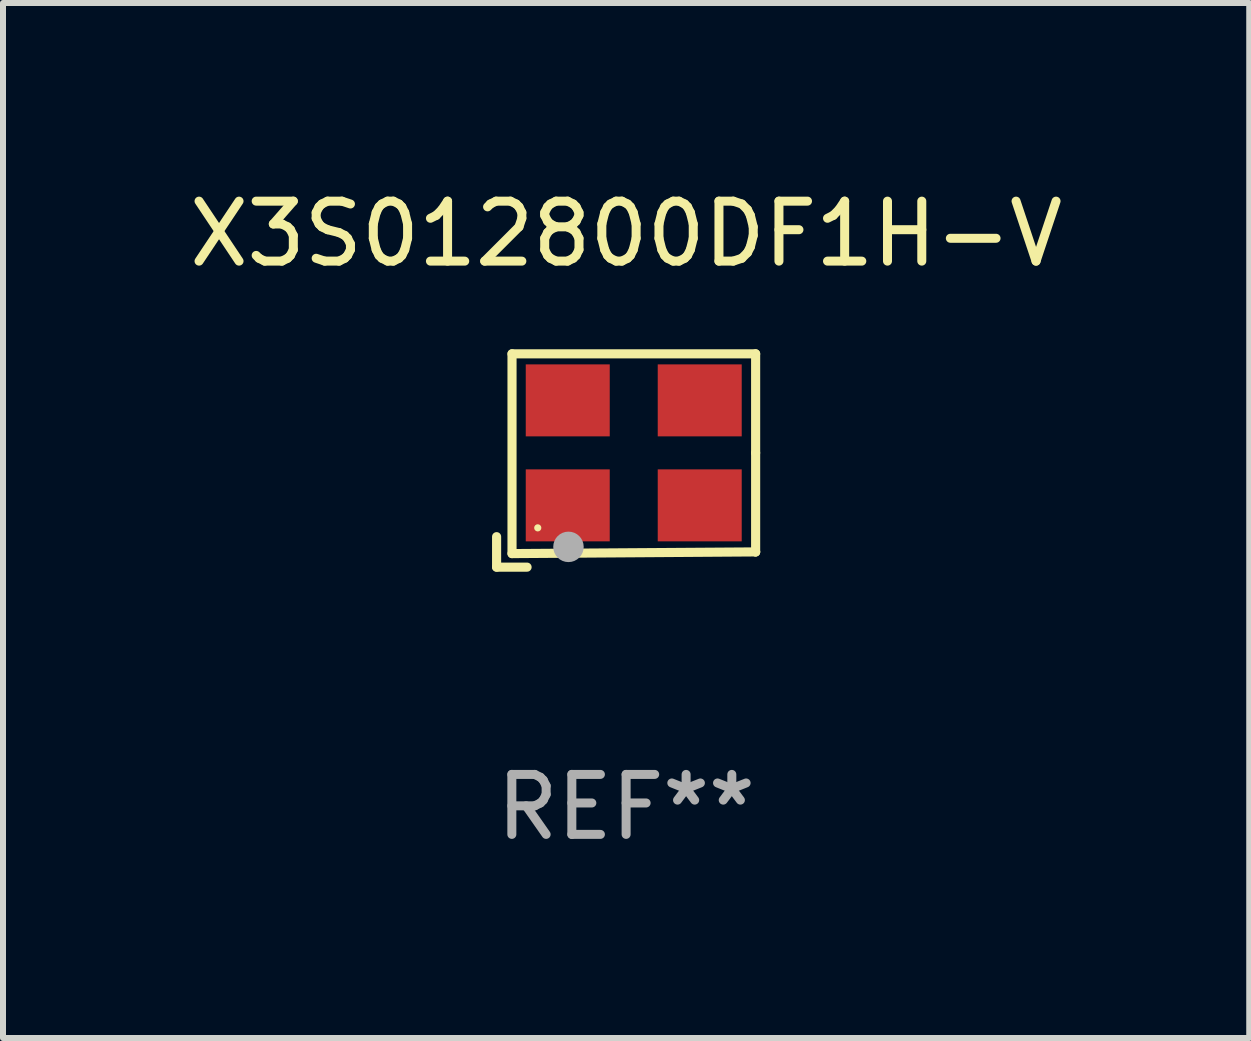
<source format=kicad_pcb>
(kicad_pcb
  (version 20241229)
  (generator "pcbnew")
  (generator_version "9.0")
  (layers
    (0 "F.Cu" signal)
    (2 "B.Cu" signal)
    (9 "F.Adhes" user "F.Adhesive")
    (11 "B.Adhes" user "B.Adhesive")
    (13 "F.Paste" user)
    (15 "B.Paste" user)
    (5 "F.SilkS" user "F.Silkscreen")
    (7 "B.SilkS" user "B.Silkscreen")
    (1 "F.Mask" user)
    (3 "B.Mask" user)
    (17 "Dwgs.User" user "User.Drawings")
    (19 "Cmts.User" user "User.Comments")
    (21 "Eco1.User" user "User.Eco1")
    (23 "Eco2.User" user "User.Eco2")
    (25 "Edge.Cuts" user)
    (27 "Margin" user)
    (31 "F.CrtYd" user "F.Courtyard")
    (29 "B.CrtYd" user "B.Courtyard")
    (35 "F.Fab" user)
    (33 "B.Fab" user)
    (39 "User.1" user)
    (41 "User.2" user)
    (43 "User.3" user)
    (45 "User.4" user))
  (footprint "X3S012800DF1H-V"
    (layer "F.Cu")
    (at 7.387 4.626)
    (property "Reference" "X3S012800DF1H-V" (at 0 -3.778 0) (layer "F.SilkS") (effects (font (size 1 1) (thickness 0.15))))
    (attr through_hole)
    (fp_line (start -2.159 1.27) (end -2.159 1.778) (stroke (width 0.152) (type solid)) (layer "F.SilkS"))
    (fp_line (start -2.159 1.778) (end -1.651 1.778) (stroke (width 0.152) (type solid)) (layer "F.SilkS"))
    (fp_line (start -1.902 -1.778) (end 2.159 -1.778) (stroke (width 0.152) (type solid)) (layer "F.SilkS"))
    (fp_line (start -1.902 1.552) (end -1.902 -1.778) (stroke (width 0.152) (type solid)) (layer "F.SilkS"))
    (fp_line (start 2.159 -1.778) (end 2.159 -0.127) (stroke (width 0.152) (type solid)) (layer "F.SilkS"))
    (fp_line (start 2.159 -0.127) (end 2.159 1.524) (stroke (width 0.152) (type solid)) (layer "F.SilkS"))
    (fp_line (start 2.159 1.524) (end -1.902 1.552) (stroke (width 0.152) (type solid)) (layer "F.SilkS"))
    (fp_line (start 2.159 1.524) (end 2.159 1.524) (stroke (width 0.152) (type solid)) (layer "F.SilkS"))
    (fp_circle (center -1.473 1.123) (end -1.443 1.123) (stroke (width 0.06) (type solid)) (fill no) (layer "F.SilkS"))
    (fp_circle (center -0.961 1.44) (end -0.834 1.44) (stroke (width 0.254) (type solid)) (fill no) (layer "F.Fab"))
    (fp_text user "REF**" (at 0 5.778 0) (layer "F.Fab") (effects (font (size 1 1) (thickness 0.15))))
    (pad "1" smd rect (at -0.973 0.748) (size 1.4 1.2) (layers "F.Cu" "F.Mask" "F.Paste"))
    (pad "2" smd rect (at 1.227 0.748) (size 1.4 1.2) (layers "F.Cu" "F.Mask" "F.Paste"))
    (pad "3" smd rect (at 1.227 -1.002) (size 1.4 1.2) (layers "F.Cu" "F.Mask" "F.Paste"))
    (pad "4" smd rect (at -0.973 -1.002) (size 1.4 1.2) (layers "F.Cu" "F.Mask" "F.Paste")))
  (gr_rect
    (start -3 -3)
    (end 17.774 14.253)
    (stroke (width 0.1) (type default))
    (fill no)
    (layer "Edge.Cuts")))
</source>
